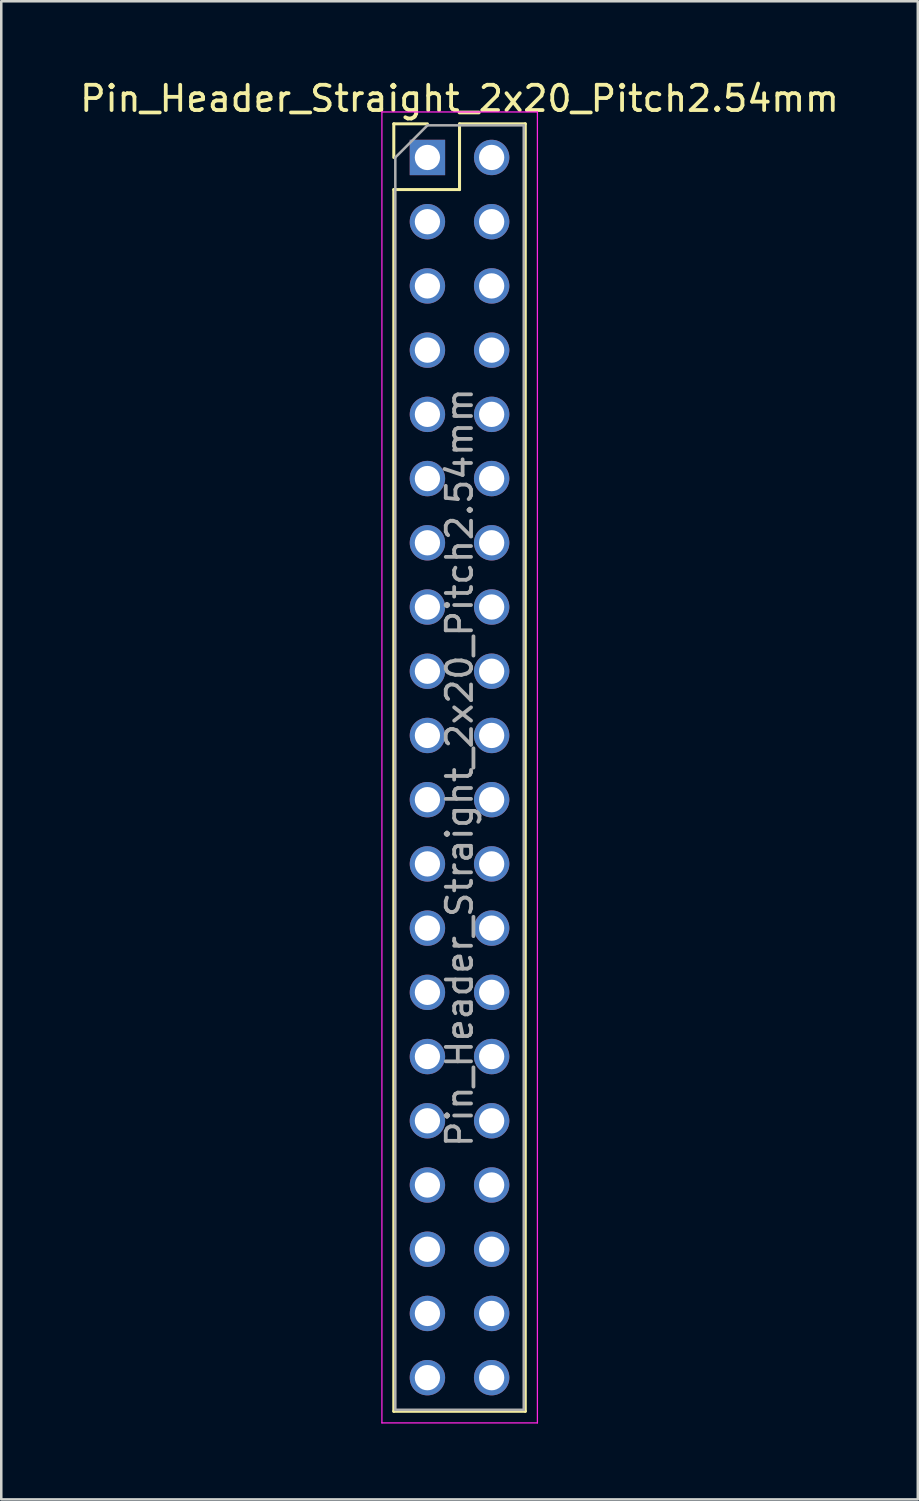
<source format=kicad_pcb>
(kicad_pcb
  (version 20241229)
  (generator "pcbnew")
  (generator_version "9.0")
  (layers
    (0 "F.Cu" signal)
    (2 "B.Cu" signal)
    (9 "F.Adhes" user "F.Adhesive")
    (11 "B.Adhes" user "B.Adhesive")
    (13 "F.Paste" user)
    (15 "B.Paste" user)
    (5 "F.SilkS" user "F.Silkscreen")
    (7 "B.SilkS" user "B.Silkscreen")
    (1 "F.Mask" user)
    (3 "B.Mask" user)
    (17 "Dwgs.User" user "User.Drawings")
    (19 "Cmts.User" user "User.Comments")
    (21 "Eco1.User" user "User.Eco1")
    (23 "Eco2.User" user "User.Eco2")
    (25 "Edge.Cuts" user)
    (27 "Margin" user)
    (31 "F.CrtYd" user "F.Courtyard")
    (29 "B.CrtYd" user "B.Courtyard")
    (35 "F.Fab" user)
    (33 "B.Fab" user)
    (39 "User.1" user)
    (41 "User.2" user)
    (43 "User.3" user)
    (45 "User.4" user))
  (footprint "Pin_Header_Straight_2x20_Pitch2.54mm"
    (layer "F.Cu")
    (at 13.855 3.178)
    (property "Reference" "Pin_Header_Straight_2x20_Pitch2.54mm" (at 1.27 -2.33 0) (layer "F.SilkS") (effects (font (size 1 1) (thickness 0.15))))
    (attr through_hole)
    (fp_line (start -1.33 -1.33) (end 0 -1.33) (stroke (width 0.12) (type solid)) (layer "F.SilkS"))
    (fp_line (start -1.33 0) (end -1.33 -1.33) (stroke (width 0.12) (type solid)) (layer "F.SilkS"))
    (fp_line (start -1.33 1.27) (end -1.33 49.59) (stroke (width 0.12) (type solid)) (layer "F.SilkS"))
    (fp_line (start -1.33 1.27) (end 1.27 1.27) (stroke (width 0.12) (type solid)) (layer "F.SilkS"))
    (fp_line (start -1.33 49.59) (end 3.87 49.59) (stroke (width 0.12) (type solid)) (layer "F.SilkS"))
    (fp_line (start 1.27 -1.33) (end 3.87 -1.33) (stroke (width 0.12) (type solid)) (layer "F.SilkS"))
    (fp_line (start 1.27 1.27) (end 1.27 -1.33) (stroke (width 0.12) (type solid)) (layer "F.SilkS"))
    (fp_line (start 3.87 -1.33) (end 3.87 49.59) (stroke (width 0.12) (type solid)) (layer "F.SilkS"))
    (fp_line (start -1.8 -1.8) (end -1.8 50.05) (stroke (width 0.05) (type solid)) (layer "F.CrtYd"))
    (fp_line (start -1.8 50.05) (end 4.35 50.05) (stroke (width 0.05) (type solid)) (layer "F.CrtYd"))
    (fp_line (start 4.35 -1.8) (end -1.8 -1.8) (stroke (width 0.05) (type solid)) (layer "F.CrtYd"))
    (fp_line (start 4.35 50.05) (end 4.35 -1.8) (stroke (width 0.05) (type solid)) (layer "F.CrtYd"))
    (fp_line (start -1.27 0) (end 0 -1.27) (stroke (width 0.1) (type solid)) (layer "F.Fab"))
    (fp_line (start -1.27 49.53) (end -1.27 0) (stroke (width 0.1) (type solid)) (layer "F.Fab"))
    (fp_line (start 0 -1.27) (end 3.81 -1.27) (stroke (width 0.1) (type solid)) (layer "F.Fab"))
    (fp_line (start 3.81 -1.27) (end 3.81 49.53) (stroke (width 0.1) (type solid)) (layer "F.Fab"))
    (fp_line (start 3.81 49.53) (end -1.27 49.53) (stroke (width 0.1) (type solid)) (layer "F.Fab"))
    (fp_text user "${REFERENCE}" (at 1.27 24.13 90) (layer "F.Fab") (effects (font (size 1 1) (thickness 0.15))))
    (pad "1" thru_hole rect (at 0 0) (size 1.4 1.4) (drill 1) (layers "*.Cu" "*.Mask"))
    (pad "2" thru_hole oval (at 2.54 0) (size 1.4 1.4) (drill 1) (layers "*.Cu" "*.Mask"))
    (pad "3" thru_hole oval (at 0 2.54) (size 1.4 1.4) (drill 1) (layers "*.Cu" "*.Mask"))
    (pad "4" thru_hole oval (at 2.54 2.54) (size 1.4 1.4) (drill 1) (layers "*.Cu" "*.Mask"))
    (pad "5" thru_hole oval (at 0 5.08) (size 1.4 1.4) (drill 1) (layers "*.Cu" "*.Mask"))
    (pad "6" thru_hole oval (at 2.54 5.08) (size 1.4 1.4) (drill 1) (layers "*.Cu" "*.Mask"))
    (pad "7" thru_hole oval (at 0 7.62) (size 1.4 1.4) (drill 1) (layers "*.Cu" "*.Mask"))
    (pad "8" thru_hole oval (at 2.54 7.62) (size 1.4 1.4) (drill 1) (layers "*.Cu" "*.Mask"))
    (pad "9" thru_hole oval (at 0 10.16) (size 1.4 1.4) (drill 1) (layers "*.Cu" "*.Mask"))
    (pad "10" thru_hole oval (at 2.54 10.16) (size 1.4 1.4) (drill 1) (layers "*.Cu" "*.Mask"))
    (pad "11" thru_hole oval (at 0 12.7) (size 1.4 1.4) (drill 1) (layers "*.Cu" "*.Mask"))
    (pad "12" thru_hole oval (at 2.54 12.7) (size 1.4 1.4) (drill 1) (layers "*.Cu" "*.Mask"))
    (pad "13" thru_hole oval (at 0 15.24) (size 1.4 1.4) (drill 1) (layers "*.Cu" "*.Mask"))
    (pad "14" thru_hole oval (at 2.54 15.24) (size 1.4 1.4) (drill 1) (layers "*.Cu" "*.Mask"))
    (pad "15" thru_hole oval (at 0 17.78) (size 1.4 1.4) (drill 1) (layers "*.Cu" "*.Mask"))
    (pad "16" thru_hole oval (at 2.54 17.78) (size 1.4 1.4) (drill 1) (layers "*.Cu" "*.Mask"))
    (pad "17" thru_hole oval (at 0 20.32) (size 1.4 1.4) (drill 1) (layers "*.Cu" "*.Mask"))
    (pad "18" thru_hole oval (at 2.54 20.32) (size 1.4 1.4) (drill 1) (layers "*.Cu" "*.Mask"))
    (pad "19" thru_hole oval (at 0 22.86) (size 1.4 1.4) (drill 1) (layers "*.Cu" "*.Mask"))
    (pad "20" thru_hole oval (at 2.54 22.86) (size 1.4 1.4) (drill 1) (layers "*.Cu" "*.Mask"))
    (pad "21" thru_hole oval (at 0 25.4) (size 1.4 1.4) (drill 1) (layers "*.Cu" "*.Mask"))
    (pad "22" thru_hole oval (at 2.54 25.4) (size 1.4 1.4) (drill 1) (layers "*.Cu" "*.Mask"))
    (pad "23" thru_hole oval (at 0 27.94) (size 1.4 1.4) (drill 1) (layers "*.Cu" "*.Mask"))
    (pad "24" thru_hole oval (at 2.54 27.94) (size 1.4 1.4) (drill 1) (layers "*.Cu" "*.Mask"))
    (pad "25" thru_hole oval (at 0 30.48) (size 1.4 1.4) (drill 1) (layers "*.Cu" "*.Mask"))
    (pad "26" thru_hole oval (at 2.54 30.48) (size 1.4 1.4) (drill 1) (layers "*.Cu" "*.Mask"))
    (pad "27" thru_hole oval (at 0 33.02) (size 1.4 1.4) (drill 1) (layers "*.Cu" "*.Mask"))
    (pad "28" thru_hole oval (at 2.54 33.02) (size 1.4 1.4) (drill 1) (layers "*.Cu" "*.Mask"))
    (pad "29" thru_hole oval (at 0 35.56) (size 1.4 1.4) (drill 1) (layers "*.Cu" "*.Mask"))
    (pad "30" thru_hole oval (at 2.54 35.56) (size 1.4 1.4) (drill 1) (layers "*.Cu" "*.Mask"))
    (pad "31" thru_hole oval (at 0 38.1) (size 1.4 1.4) (drill 1) (layers "*.Cu" "*.Mask"))
    (pad "32" thru_hole oval (at 2.54 38.1) (size 1.4 1.4) (drill 1) (layers "*.Cu" "*.Mask"))
    (pad "33" thru_hole oval (at 0 40.64) (size 1.4 1.4) (drill 1) (layers "*.Cu" "*.Mask"))
    (pad "34" thru_hole oval (at 2.54 40.64) (size 1.4 1.4) (drill 1) (layers "*.Cu" "*.Mask"))
    (pad "35" thru_hole oval (at 0 43.18) (size 1.4 1.4) (drill 1) (layers "*.Cu" "*.Mask"))
    (pad "36" thru_hole oval (at 2.54 43.18) (size 1.4 1.4) (drill 1) (layers "*.Cu" "*.Mask"))
    (pad "37" thru_hole oval (at 0 45.72) (size 1.4 1.4) (drill 1) (layers "*.Cu" "*.Mask"))
    (pad "38" thru_hole oval (at 2.54 45.72) (size 1.4 1.4) (drill 1) (layers "*.Cu" "*.Mask"))
    (pad "39" thru_hole oval (at 0 48.26) (size 1.4 1.4) (drill 1) (layers "*.Cu" "*.Mask"))
    (pad "40" thru_hole oval (at 2.54 48.26) (size 1.4 1.4) (drill 1) (layers "*.Cu" "*.Mask")))
  (gr_rect
    (start -3 -3)
    (end 33.25 56.253)
    (stroke (width 0.1) (type default))
    (fill no)
    (layer "Edge.Cuts")))
</source>
